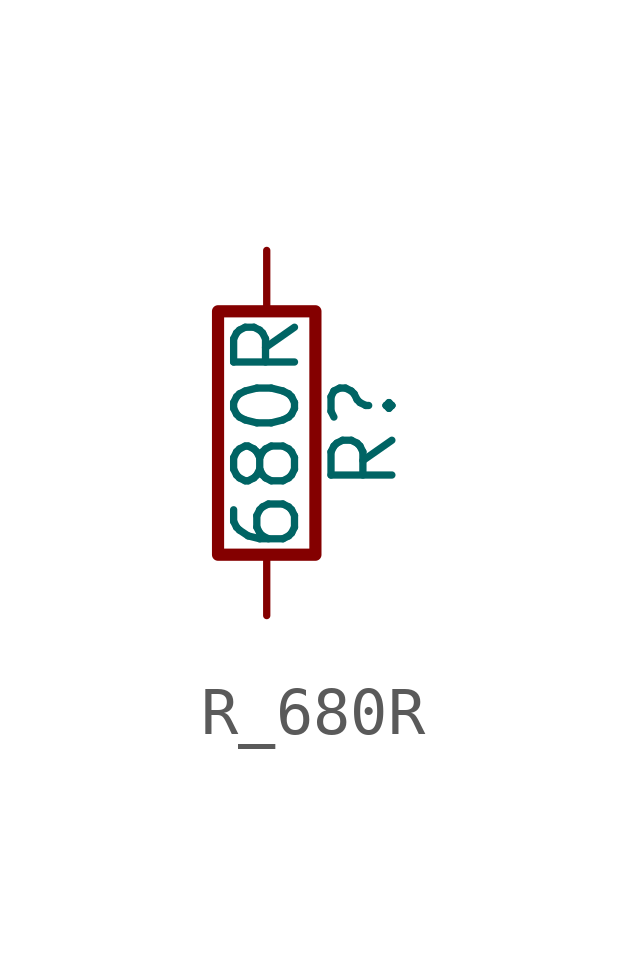
<source format=kicad_sym>
(kicad_symbol_lib
  (version 20241209)
  (generator "kicad_symbol_editor")
  (generator_version "9.0")
  (symbol "R_680R"
    (pin_numbers
      (hide yes))
    (pin_names
      (offset 0))
    (property "Reference" "R"
      (at 2.032 0 90)
      (effects (font (size 1.27 1.27))))
    (property "Value" "680R"
      (at 0 0 90)
      (effects (font (size 1.27 1.27))))
    (symbol "R_680R_0_1"
      (rectangle (start -1.016 -2.54) (end 1.016 2.54) (stroke (width 0.254) (type default)) (fill (type none))))
    (symbol "R_680R_1_1"
      (pin passive line (at 0 3.81 270) (length 1.27) (name "~" (effects (font (size 1.27 1.27)))) (number "1" (effects (font (size 1.27 1.27)))))
      (pin passive line (at 0 -3.81 90) (length 1.27) (name "~" (effects (font (size 1.27 1.27)))) (number "2" (effects (font (size 1.27 1.27))))))))
</source>
